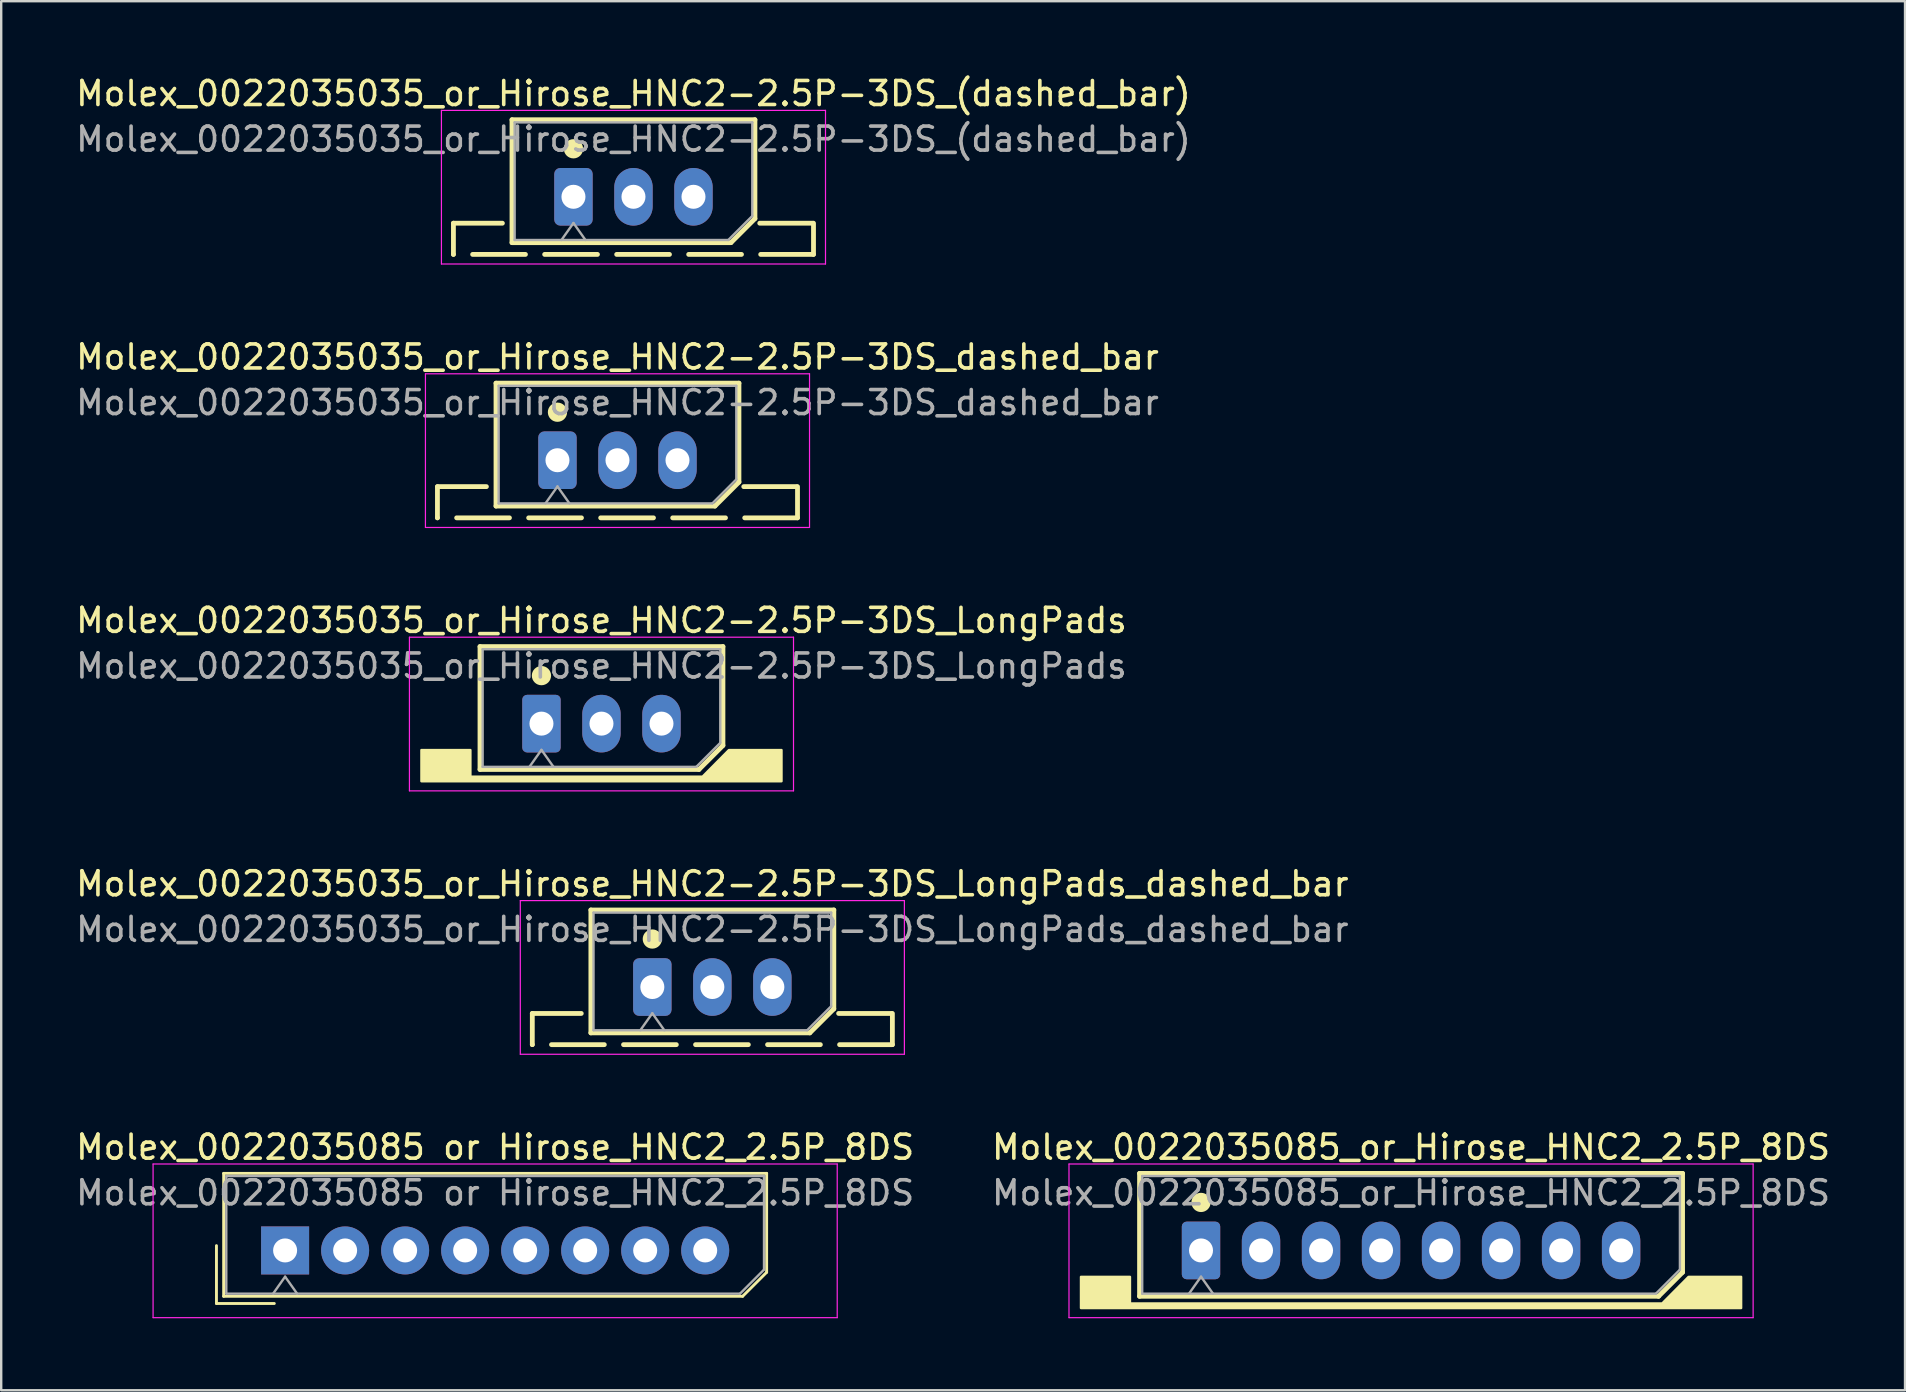
<source format=kicad_pcb>
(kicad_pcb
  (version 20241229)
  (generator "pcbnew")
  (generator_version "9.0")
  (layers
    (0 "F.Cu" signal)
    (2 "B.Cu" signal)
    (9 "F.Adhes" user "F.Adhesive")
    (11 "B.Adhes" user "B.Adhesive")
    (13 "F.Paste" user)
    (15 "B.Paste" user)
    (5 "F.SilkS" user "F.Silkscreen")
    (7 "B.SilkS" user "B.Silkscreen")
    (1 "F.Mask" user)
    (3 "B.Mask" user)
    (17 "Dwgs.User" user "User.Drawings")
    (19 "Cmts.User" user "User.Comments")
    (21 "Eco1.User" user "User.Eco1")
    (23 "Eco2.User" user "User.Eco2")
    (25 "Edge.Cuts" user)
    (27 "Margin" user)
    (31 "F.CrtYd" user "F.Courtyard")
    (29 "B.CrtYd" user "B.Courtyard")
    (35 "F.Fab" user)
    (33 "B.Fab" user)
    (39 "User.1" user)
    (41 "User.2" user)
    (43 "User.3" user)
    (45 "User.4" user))
  (footprint "Molex_0022035035_or_Hirose_HNC2-2.5P-3DS_LongPads_dashed_bar"
    (layer "F.Cu")
    (at 24.125 38.068)
    (property "Reference" "Molex_0022035035_or_Hirose_HNC2-2.5P-3DS_LongPads_dashed_bar" (at 2.5 -4.3 0) (layer "F.SilkS") (effects (font (size 1 1) (thickness 0.15))))
    (attr through_hole)
    (fp_line (start -5 1.1) (end -2.96 1.1) (stroke (width 0.2) (type dash)) (layer "F.SilkS"))
    (fp_line (start -5 2.4) (end -5 1.1) (stroke (width 0.2) (type dash)) (layer "F.SilkS"))
    (fp_line (start -2.56 -3.21) (end -2.56 1.91) (stroke (width 0.2) (type solid)) (layer "F.SilkS"))
    (fp_line (start -2.56 1.91) (end 6.56 1.91) (stroke (width 0.2) (type solid)) (layer "F.SilkS"))
    (fp_line (start 6.56 1.91) (end 7.56 0.91) (stroke (width 0.2) (type solid)) (layer "F.SilkS"))
    (fp_line (start 7.56 -3.21) (end -2.56 -3.21) (stroke (width 0.2) (type solid)) (layer "F.SilkS"))
    (fp_line (start 7.56 0.91) (end 7.56 -3.21) (stroke (width 0.2) (type solid)) (layer "F.SilkS"))
    (fp_line (start 7.76 1.1) (end 10 1.1) (stroke (width 0.2) (type dash)) (layer "F.SilkS"))
    (fp_line (start 10 1.1) (end 10 2.4) (stroke (width 0.2) (type dash)) (layer "F.SilkS"))
    (fp_line (start 10 2.4) (end -5 2.4) (stroke (width 0.2) (type dash)) (layer "F.SilkS"))
    (fp_circle (center 0 -2) (end 0.001 -2) (stroke (width 0.4) (type solid)) (fill no) (layer "F.SilkS"))
    (fp_line (start -5.5 -3.6) (end -5.5 2.8) (stroke (width 0.05) (type solid)) (layer "F.CrtYd"))
    (fp_line (start -5.5 2.8) (end 10.5 2.8) (stroke (width 0.05) (type solid)) (layer "F.CrtYd"))
    (fp_line (start 10.5 -3.6) (end -5.5 -3.6) (stroke (width 0.05) (type solid)) (layer "F.CrtYd"))
    (fp_line (start 10.5 2.8) (end 10.5 -3.6) (stroke (width 0.05) (type solid)) (layer "F.CrtYd"))
    (fp_line (start -2.45 -3.1) (end -2.45 1.8) (stroke (width 0.1) (type solid)) (layer "F.Fab"))
    (fp_line (start -2.45 1.8) (end 6.45 1.8) (stroke (width 0.1) (type solid)) (layer "F.Fab"))
    (fp_line (start -0.5 1.8) (end 0 1.093) (stroke (width 0.1) (type solid)) (layer "F.Fab"))
    (fp_line (start 0 1.093) (end 0.5 1.8) (stroke (width 0.1) (type solid)) (layer "F.Fab"))
    (fp_line (start 6.45 1.8) (end 7.45 0.8) (stroke (width 0.1) (type solid)) (layer "F.Fab"))
    (fp_line (start 7.45 -3.1) (end -2.45 -3.1) (stroke (width 0.1) (type solid)) (layer "F.Fab"))
    (fp_line (start 7.45 0.8) (end 7.45 -3.1) (stroke (width 0.1) (type solid)) (layer "F.Fab"))
    (fp_text user "${REFERENCE}" (at 2.5 -2.4 0) (layer "F.Fab") (effects (font (size 1 1) (thickness 0.15))))
    (pad "1" thru_hole roundrect (at 0 0) (size 1.6 2.4) (drill 1) (layers "*.Cu" "*.Mask") (roundrect_rratio 0.156))
    (pad "2" thru_hole oval (at 2.5 0) (size 1.6 2.4) (drill 1) (layers "*.Cu" "*.Mask"))
    (pad "3" thru_hole oval (at 5 0) (size 1.6 2.4) (drill 1) (layers "*.Cu" "*.Mask")))
  (footprint "Molex_0022035035_or_Hirose_HNC2-2.5P-3DS_dashed_bar"
    (layer "F.Cu")
    (at 20.173 16.122)
    (property "Reference" "Molex_0022035035_or_Hirose_HNC2-2.5P-3DS_dashed_bar" (at 2.5 -4.3 0) (layer "F.SilkS") (effects (font (size 1 1) (thickness 0.15))))
    (attr through_hole)
    (fp_line (start -5 1.1) (end -2.96 1.1) (stroke (width 0.2) (type dash)) (layer "F.SilkS"))
    (fp_line (start -5 2.4) (end -5 1.1) (stroke (width 0.2) (type dash)) (layer "F.SilkS"))
    (fp_line (start -2.56 -3.21) (end -2.56 1.91) (stroke (width 0.2) (type solid)) (layer "F.SilkS"))
    (fp_line (start -2.56 1.91) (end 6.56 1.91) (stroke (width 0.2) (type solid)) (layer "F.SilkS"))
    (fp_line (start 6.56 1.91) (end 7.56 0.91) (stroke (width 0.2) (type solid)) (layer "F.SilkS"))
    (fp_line (start 7.56 -3.21) (end -2.56 -3.21) (stroke (width 0.2) (type solid)) (layer "F.SilkS"))
    (fp_line (start 7.56 0.91) (end 7.56 -3.21) (stroke (width 0.2) (type solid)) (layer "F.SilkS"))
    (fp_line (start 7.76 1.1) (end 10 1.1) (stroke (width 0.2) (type dash)) (layer "F.SilkS"))
    (fp_line (start 10 1.1) (end 10 2.4) (stroke (width 0.2) (type dash)) (layer "F.SilkS"))
    (fp_line (start 10 2.4) (end -5 2.4) (stroke (width 0.2) (type dash)) (layer "F.SilkS"))
    (fp_circle (center 0 -2) (end 0.001 -2) (stroke (width 0.4) (type solid)) (fill no) (layer "F.SilkS"))
    (fp_line (start -5.5 -3.6) (end -5.5 2.8) (stroke (width 0.05) (type solid)) (layer "F.CrtYd"))
    (fp_line (start -5.5 2.8) (end 10.5 2.8) (stroke (width 0.05) (type solid)) (layer "F.CrtYd"))
    (fp_line (start 10.5 -3.6) (end -5.5 -3.6) (stroke (width 0.05) (type solid)) (layer "F.CrtYd"))
    (fp_line (start 10.5 2.8) (end 10.5 -3.6) (stroke (width 0.05) (type solid)) (layer "F.CrtYd"))
    (fp_line (start -2.45 -3.1) (end -2.45 1.8) (stroke (width 0.1) (type solid)) (layer "F.Fab"))
    (fp_line (start -2.45 1.8) (end 6.45 1.8) (stroke (width 0.1) (type solid)) (layer "F.Fab"))
    (fp_line (start -0.5 1.8) (end 0 1.093) (stroke (width 0.1) (type solid)) (layer "F.Fab"))
    (fp_line (start 0 1.093) (end 0.5 1.8) (stroke (width 0.1) (type solid)) (layer "F.Fab"))
    (fp_line (start 6.45 1.8) (end 7.45 0.8) (stroke (width 0.1) (type solid)) (layer "F.Fab"))
    (fp_line (start 7.45 -3.1) (end -2.45 -3.1) (stroke (width 0.1) (type solid)) (layer "F.Fab"))
    (fp_line (start 7.45 0.8) (end 7.45 -3.1) (stroke (width 0.1) (type solid)) (layer "F.Fab"))
    (fp_text user "${REFERENCE}" (at 2.5 -2.4 0) (layer "F.Fab") (effects (font (size 1 1) (thickness 0.15))))
    (pad "1" thru_hole roundrect (at 0 0) (size 1.6 2.4) (drill 1) (layers "*.Cu" "*.Mask") (roundrect_rratio 0.156))
    (pad "2" thru_hole oval (at 2.5 0) (size 1.6 2.4) (drill 1) (layers "*.Cu" "*.Mask"))
    (pad "3" thru_hole oval (at 5 0) (size 1.6 2.4) (drill 1) (layers "*.Cu" "*.Mask")))
  (footprint "Molex_0022035035_or_Hirose_HNC2-2.5P-3DS_LongPads"
    (layer "F.Cu")
    (at 19.506 27.095)
    (property "Reference" "Molex_0022035035_or_Hirose_HNC2-2.5P-3DS_LongPads" (at 2.5 -4.3 0) (layer "F.SilkS") (effects (font (size 1 1) (thickness 0.15))))
    (attr through_hole)
    (fp_line (start -2.56 -3.21) (end -2.56 1.91) (stroke (width 0.2) (type solid)) (layer "F.SilkS"))
    (fp_line (start -2.56 1.91) (end 6.56 1.91) (stroke (width 0.2) (type solid)) (layer "F.SilkS"))
    (fp_line (start 6.56 1.91) (end 7.56 0.91) (stroke (width 0.2) (type solid)) (layer "F.SilkS"))
    (fp_line (start 7.56 -3.21) (end -2.56 -3.21) (stroke (width 0.2) (type solid)) (layer "F.SilkS"))
    (fp_line (start 7.56 0.91) (end 7.56 -3.21) (stroke (width 0.2) (type solid)) (layer "F.SilkS"))
    (fp_circle (center 0 -2) (end 0.001 -2) (stroke (width 0.4) (type solid)) (fill no) (layer "F.SilkS"))
    (fp_poly (pts (xy 10 1.1) (xy 7.81 1.1) (xy 6.71 2.21) (xy -2.96 2.21) (xy -2.96 1.1) (xy -5 1.1) (xy -5 2.4) (xy 10 2.4)) (stroke (width 0.1) (type solid)) (fill yes) (layer "F.SilkS"))
    (fp_line (start -5.5 -3.6) (end -5.5 2.8) (stroke (width 0.05) (type solid)) (layer "F.CrtYd"))
    (fp_line (start -5.5 2.8) (end 10.5 2.8) (stroke (width 0.05) (type solid)) (layer "F.CrtYd"))
    (fp_line (start 10.5 -3.6) (end -5.5 -3.6) (stroke (width 0.05) (type solid)) (layer "F.CrtYd"))
    (fp_line (start 10.5 2.8) (end 10.5 -3.6) (stroke (width 0.05) (type solid)) (layer "F.CrtYd"))
    (fp_line (start -2.45 -3.1) (end -2.45 1.8) (stroke (width 0.1) (type solid)) (layer "F.Fab"))
    (fp_line (start -2.45 1.8) (end 6.45 1.8) (stroke (width 0.1) (type solid)) (layer "F.Fab"))
    (fp_line (start -0.5 1.8) (end 0 1.093) (stroke (width 0.1) (type solid)) (layer "F.Fab"))
    (fp_line (start 0 1.093) (end 0.5 1.8) (stroke (width 0.1) (type solid)) (layer "F.Fab"))
    (fp_line (start 6.45 1.8) (end 7.45 0.8) (stroke (width 0.1) (type solid)) (layer "F.Fab"))
    (fp_line (start 7.45 -3.1) (end -2.45 -3.1) (stroke (width 0.1) (type solid)) (layer "F.Fab"))
    (fp_line (start 7.45 0.8) (end 7.45 -3.1) (stroke (width 0.1) (type solid)) (layer "F.Fab"))
    (fp_text user "${REFERENCE}" (at 2.5 -2.4 0) (layer "F.Fab") (effects (font (size 1 1) (thickness 0.15))))
    (pad "1" thru_hole roundrect (at 0 0) (size 1.6 2.4) (drill 1) (layers "*.Cu" "*.Mask") (roundrect_rratio 0.125))
    (pad "2" thru_hole oval (at 2.5 0) (size 1.6 2.4) (drill 1) (layers "*.Cu" "*.Mask"))
    (pad "3" thru_hole oval (at 5 0) (size 1.6 2.4) (drill 1) (layers "*.Cu" "*.Mask")))
  (footprint "Molex_0022035085_or_Hirose_HNC2_2.5P_8DS"
    (layer "F.Cu")
    (at 46.982 49.041)
    (property "Reference" "Molex_0022035085_or_Hirose_HNC2_2.5P_8DS" (at 8.75 -4.3 0) (layer "F.SilkS") (effects (font (size 1 1) (thickness 0.15))))
    (attr through_hole)
    (fp_line (start -2.56 -3.21) (end -2.56 1.91) (stroke (width 0.2) (type solid)) (layer "F.SilkS"))
    (fp_line (start -2.56 1.91) (end 19.06 1.91) (stroke (width 0.2) (type solid)) (layer "F.SilkS"))
    (fp_line (start 19.06 1.91) (end 20.06 0.91) (stroke (width 0.2) (type solid)) (layer "F.SilkS"))
    (fp_line (start 20.06 -3.21) (end -2.56 -3.21) (stroke (width 0.2) (type solid)) (layer "F.SilkS"))
    (fp_line (start 20.06 0.91) (end 20.06 -3.21) (stroke (width 0.2) (type solid)) (layer "F.SilkS"))
    (fp_circle (center 0 -2) (end 0.001 -2) (stroke (width 0.4) (type solid)) (fill no) (layer "F.SilkS"))
    (fp_poly (pts (xy 22.5 1.1) (xy 20.31 1.1) (xy 19.21 2.21) (xy -2.96 2.21) (xy -2.96 1.1) (xy -5 1.1) (xy -5 2.4) (xy 22.5 2.4)) (stroke (width 0.1) (type solid)) (fill yes) (layer "F.SilkS"))
    (fp_line (start -5.5 -3.6) (end -5.5 2.8) (stroke (width 0.05) (type solid)) (layer "F.CrtYd"))
    (fp_line (start -5.5 2.8) (end 23 2.8) (stroke (width 0.05) (type solid)) (layer "F.CrtYd"))
    (fp_line (start 23 -3.6) (end -5.5 -3.6) (stroke (width 0.05) (type solid)) (layer "F.CrtYd"))
    (fp_line (start 23 2.8) (end 23 -3.6) (stroke (width 0.05) (type solid)) (layer "F.CrtYd"))
    (fp_line (start -2.45 -3.1) (end -2.45 1.8) (stroke (width 0.1) (type solid)) (layer "F.Fab"))
    (fp_line (start -2.45 1.8) (end 18.95 1.8) (stroke (width 0.1) (type solid)) (layer "F.Fab"))
    (fp_line (start -0.5 1.8) (end 0 1.093) (stroke (width 0.1) (type solid)) (layer "F.Fab"))
    (fp_line (start 0 1.093) (end 0.5 1.8) (stroke (width 0.1) (type solid)) (layer "F.Fab"))
    (fp_line (start 18.95 1.8) (end 19.95 0.8) (stroke (width 0.1) (type solid)) (layer "F.Fab"))
    (fp_line (start 19.95 -3.1) (end -2.45 -3.1) (stroke (width 0.1) (type solid)) (layer "F.Fab"))
    (fp_line (start 19.95 0.8) (end 19.95 -3.1) (stroke (width 0.1) (type solid)) (layer "F.Fab"))
    (fp_text user "${REFERENCE}" (at 8.75 -2.4 0) (layer "F.Fab") (effects (font (size 1 1) (thickness 0.15))))
    (pad "1" thru_hole roundrect (at 0 0) (size 1.6 2.4) (drill 1) (layers "*.Cu" "*.Mask") (roundrect_rratio 0.125))
    (pad "2" thru_hole oval (at 2.5 0) (size 1.6 2.4) (drill 1) (layers "*.Cu" "*.Mask"))
    (pad "3" thru_hole oval (at 5 0) (size 1.6 2.4) (drill 1) (layers "*.Cu" "*.Mask"))
    (pad "4" thru_hole oval (at 7.5 0) (size 1.6 2.4) (drill 1) (layers "*.Cu" "*.Mask"))
    (pad "5" thru_hole oval (at 10 0) (size 1.6 2.4) (drill 1) (layers "*.Cu" "*.Mask"))
    (pad "6" thru_hole oval (at 12.5 0) (size 1.6 2.4) (drill 1) (layers "*.Cu" "*.Mask"))
    (pad "7" thru_hole oval (at 15 0) (size 1.6 2.4) (drill 1) (layers "*.Cu" "*.Mask"))
    (pad "8" thru_hole oval (at 17.5 0) (size 1.6 2.4) (drill 1) (layers "*.Cu" "*.Mask")))
  (footprint "Molex_0022035085 or Hirose_HNC2_2.5P_8DS"
    (layer "F.Cu")
    (at 8.827 49.041)
    (property "Reference" "Molex_0022035085 or Hirose_HNC2_2.5P_8DS" (at 8.75 -4.3 0) (layer "F.SilkS") (effects (font (size 1 1) (thickness 0.15))))
    (attr through_hole)
    (fp_line (start -2.86 -0.2) (end -2.86 2.21) (stroke (width 0.12) (type solid)) (layer "F.SilkS"))
    (fp_line (start -2.86 2.21) (end -0.45 2.21) (stroke (width 0.12) (type solid)) (layer "F.SilkS"))
    (fp_line (start -2.56 -3.21) (end -2.56 1.91) (stroke (width 0.12) (type solid)) (layer "F.SilkS"))
    (fp_line (start -2.56 1.91) (end 19.06 1.91) (stroke (width 0.12) (type solid)) (layer "F.SilkS"))
    (fp_line (start 19.06 1.91) (end 20.06 0.91) (stroke (width 0.12) (type solid)) (layer "F.SilkS"))
    (fp_line (start 20.06 -3.21) (end -2.56 -3.21) (stroke (width 0.12) (type solid)) (layer "F.SilkS"))
    (fp_line (start 20.06 0.91) (end 20.06 -3.21) (stroke (width 0.12) (type solid)) (layer "F.SilkS"))
    (fp_line (start -5.5 -3.6) (end -5.5 2.8) (stroke (width 0.05) (type solid)) (layer "F.CrtYd"))
    (fp_line (start -5.5 2.8) (end 23 2.8) (stroke (width 0.05) (type solid)) (layer "F.CrtYd"))
    (fp_line (start 23 -3.6) (end -5.5 -3.6) (stroke (width 0.05) (type solid)) (layer "F.CrtYd"))
    (fp_line (start 23 2.8) (end 23 -3.6) (stroke (width 0.05) (type solid)) (layer "F.CrtYd"))
    (fp_line (start -2.45 -3.1) (end -2.45 1.8) (stroke (width 0.1) (type solid)) (layer "F.Fab"))
    (fp_line (start -2.45 1.8) (end 18.95 1.8) (stroke (width 0.1) (type solid)) (layer "F.Fab"))
    (fp_line (start -0.5 1.8) (end 0 1.093) (stroke (width 0.1) (type solid)) (layer "F.Fab"))
    (fp_line (start 0 1.093) (end 0.5 1.8) (stroke (width 0.1) (type solid)) (layer "F.Fab"))
    (fp_line (start 18.95 1.8) (end 19.95 0.8) (stroke (width 0.1) (type solid)) (layer "F.Fab"))
    (fp_line (start 19.95 -3.1) (end -2.45 -3.1) (stroke (width 0.1) (type solid)) (layer "F.Fab"))
    (fp_line (start 19.95 0.8) (end 19.95 -3.1) (stroke (width 0.1) (type solid)) (layer "F.Fab"))
    (fp_text user "${REFERENCE}" (at 8.75 -2.4 0) (layer "F.Fab") (effects (font (size 1 1) (thickness 0.15))))
    (pad "1" thru_hole rect (at 0 0) (size 2 2) (drill 1) (layers "*.Cu" "*.Mask"))
    (pad "2" thru_hole circle (at 2.5 0) (size 2 2) (drill 1) (layers "*.Cu" "*.Mask"))
    (pad "3" thru_hole circle (at 5 0) (size 2 2) (drill 1) (layers "*.Cu" "*.Mask"))
    (pad "4" thru_hole circle (at 7.5 0) (size 2 2) (drill 1) (layers "*.Cu" "*.Mask"))
    (pad "5" thru_hole circle (at 10 0) (size 2 2) (drill 1) (layers "*.Cu" "*.Mask"))
    (pad "6" thru_hole circle (at 12.5 0) (size 2 2) (drill 1) (layers "*.Cu" "*.Mask"))
    (pad "7" thru_hole circle (at 15 0) (size 2 2) (drill 1) (layers "*.Cu" "*.Mask"))
    (pad "8" thru_hole circle (at 17.5 0) (size 2 2) (drill 1) (layers "*.Cu" "*.Mask")))
  (footprint "Molex_0022035035_or_Hirose_HNC2-2.5P-3DS_(dashed_bar)"
    (layer "F.Cu")
    (at 20.839 5.148)
    (property "Reference" "Molex_0022035035_or_Hirose_HNC2-2.5P-3DS_(dashed_bar)" (at 2.5 -4.3 0) (layer "F.SilkS") (effects (font (size 1 1) (thickness 0.15))))
    (attr through_hole)
    (fp_line (start -5 1.1) (end -2.96 1.1) (stroke (width 0.2) (type dash)) (layer "F.SilkS"))
    (fp_line (start -5 2.4) (end -5 1.1) (stroke (width 0.2) (type dash)) (layer "F.SilkS"))
    (fp_line (start -2.56 -3.21) (end -2.56 1.91) (stroke (width 0.2) (type solid)) (layer "F.SilkS"))
    (fp_line (start -2.56 1.91) (end 6.56 1.91) (stroke (width 0.2) (type solid)) (layer "F.SilkS"))
    (fp_line (start 6.56 1.91) (end 7.56 0.91) (stroke (width 0.2) (type solid)) (layer "F.SilkS"))
    (fp_line (start 7.56 -3.21) (end -2.56 -3.21) (stroke (width 0.2) (type solid)) (layer "F.SilkS"))
    (fp_line (start 7.56 0.91) (end 7.56 -3.21) (stroke (width 0.2) (type solid)) (layer "F.SilkS"))
    (fp_line (start 7.76 1.1) (end 10 1.1) (stroke (width 0.2) (type dash)) (layer "F.SilkS"))
    (fp_line (start 10 1.1) (end 10 2.4) (stroke (width 0.2) (type dash)) (layer "F.SilkS"))
    (fp_line (start 10 2.4) (end -5 2.4) (stroke (width 0.2) (type dash)) (layer "F.SilkS"))
    (fp_circle (center 0 -2) (end 0.001 -2) (stroke (width 0.4) (type solid)) (fill no) (layer "F.SilkS"))
    (fp_line (start -5.5 -3.6) (end -5.5 2.8) (stroke (width 0.05) (type solid)) (layer "F.CrtYd"))
    (fp_line (start -5.5 2.8) (end 10.5 2.8) (stroke (width 0.05) (type solid)) (layer "F.CrtYd"))
    (fp_line (start 10.5 -3.6) (end -5.5 -3.6) (stroke (width 0.05) (type solid)) (layer "F.CrtYd"))
    (fp_line (start 10.5 2.8) (end 10.5 -3.6) (stroke (width 0.05) (type solid)) (layer "F.CrtYd"))
    (fp_line (start -2.45 -3.1) (end -2.45 1.8) (stroke (width 0.1) (type solid)) (layer "F.Fab"))
    (fp_line (start -2.45 1.8) (end 6.45 1.8) (stroke (width 0.1) (type solid)) (layer "F.Fab"))
    (fp_line (start -0.5 1.8) (end 0 1.093) (stroke (width 0.1) (type solid)) (layer "F.Fab"))
    (fp_line (start 0 1.093) (end 0.5 1.8) (stroke (width 0.1) (type solid)) (layer "F.Fab"))
    (fp_line (start 6.45 1.8) (end 7.45 0.8) (stroke (width 0.1) (type solid)) (layer "F.Fab"))
    (fp_line (start 7.45 -3.1) (end -2.45 -3.1) (stroke (width 0.1) (type solid)) (layer "F.Fab"))
    (fp_line (start 7.45 0.8) (end 7.45 -3.1) (stroke (width 0.1) (type solid)) (layer "F.Fab"))
    (fp_text user "${REFERENCE}" (at 2.5 -2.4 0) (layer "F.Fab") (effects (font (size 1 1) (thickness 0.15))))
    (pad "1" thru_hole roundrect (at 0 0) (size 1.6 2.4) (drill 1) (layers "*.Cu" "*.Mask") (roundrect_rratio 0.156))
    (pad "2" thru_hole oval (at 2.5 0) (size 1.6 2.4) (drill 1) (layers "*.Cu" "*.Mask"))
    (pad "3" thru_hole oval (at 5 0) (size 1.6 2.4) (drill 1) (layers "*.Cu" "*.Mask")))
  (gr_rect
    (start -3 -3)
    (end 76.31 54.866)
    (stroke (width 0.1) (type default))
    (fill no)
    (layer "Edge.Cuts")))
</source>
